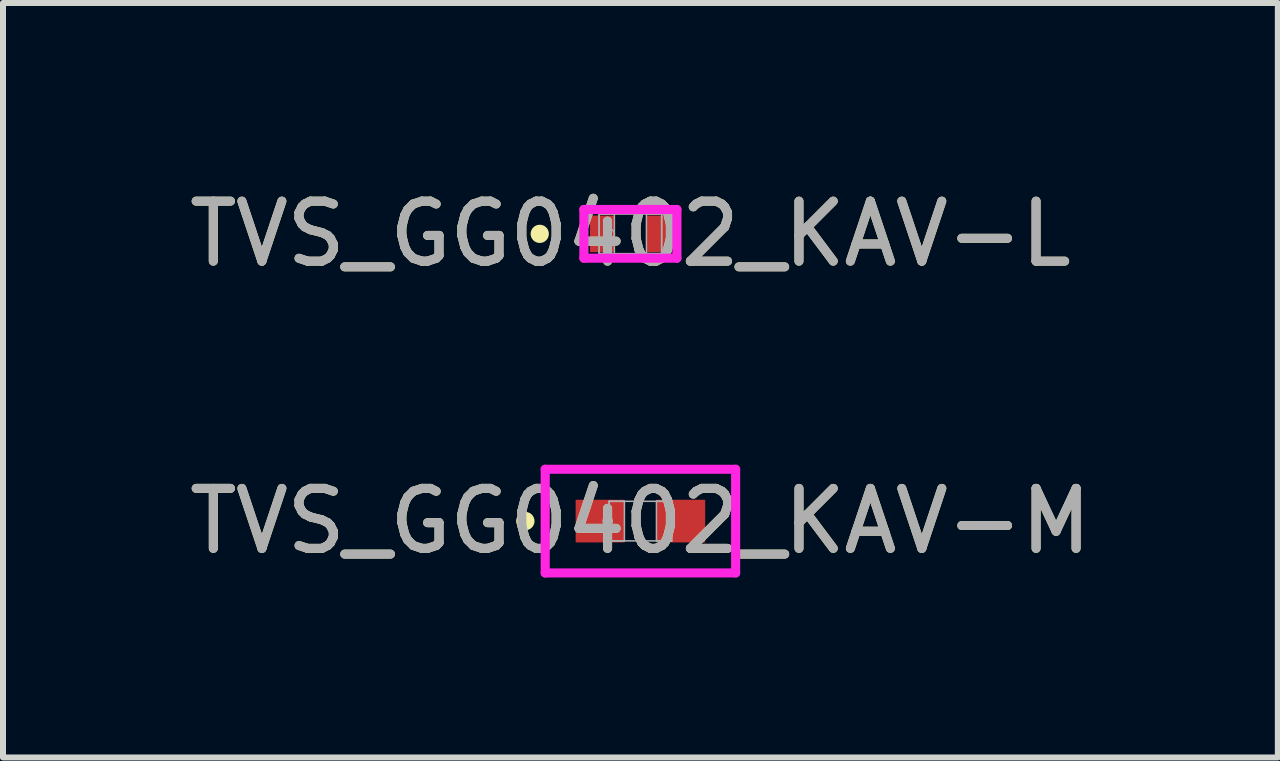
<source format=kicad_pcb>
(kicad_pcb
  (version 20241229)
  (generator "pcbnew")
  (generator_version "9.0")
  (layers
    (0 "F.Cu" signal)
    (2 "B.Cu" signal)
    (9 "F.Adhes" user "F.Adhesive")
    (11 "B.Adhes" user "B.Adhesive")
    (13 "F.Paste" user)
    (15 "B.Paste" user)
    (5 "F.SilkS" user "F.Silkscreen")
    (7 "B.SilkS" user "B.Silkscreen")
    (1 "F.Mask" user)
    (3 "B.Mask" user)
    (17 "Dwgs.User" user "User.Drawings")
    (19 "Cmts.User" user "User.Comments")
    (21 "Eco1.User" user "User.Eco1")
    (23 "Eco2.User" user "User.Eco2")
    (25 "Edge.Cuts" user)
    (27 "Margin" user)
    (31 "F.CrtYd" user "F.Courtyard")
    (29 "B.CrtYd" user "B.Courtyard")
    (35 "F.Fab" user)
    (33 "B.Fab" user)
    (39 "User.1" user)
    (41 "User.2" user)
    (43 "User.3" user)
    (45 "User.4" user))
  (footprint "TVS_GG0402_KAV-M"
    (layer "F.Cu")
    (at 7.625 5.636)
    (property "Reference" "TVS_GG0402_KAV-M" (at 0 0 0) (unlocked yes) (layer "F.SilkS") (effects (font (size 1 1) (thickness 0.15))))
    (attr smd)
    (fp_circle (center -1.918 0) (end -1.841 0) (stroke (width 0.152) (type solid)) (fill no) (layer "F.SilkS"))
    (fp_line (start -1.587 -0.864) (end 1.587 -0.864) (stroke (width 0.152) (type solid)) (layer "F.CrtYd"))
    (fp_line (start -1.587 0.864) (end -1.587 -0.864) (stroke (width 0.152) (type solid)) (layer "F.CrtYd"))
    (fp_line (start 1.587 -0.864) (end 1.587 0.864) (stroke (width 0.152) (type solid)) (layer "F.CrtYd"))
    (fp_line (start 1.587 0.864) (end -1.587 0.864) (stroke (width 0.152) (type solid)) (layer "F.CrtYd"))
    (fp_line (start -0.521 -0.33) (end -0.521 0.33) (stroke (width 0.025) (type solid)) (layer "F.Fab"))
    (fp_line (start -0.521 -0.33) (end -0.521 0.33) (stroke (width 0.025) (type solid)) (layer "F.Fab"))
    (fp_line (start -0.521 0.33) (end -0.267 0.33) (stroke (width 0.025) (type solid)) (layer "F.Fab"))
    (fp_line (start -0.521 0.33) (end 0.521 0.33) (stroke (width 0.025) (type solid)) (layer "F.Fab"))
    (fp_line (start -0.267 -0.33) (end -0.521 -0.33) (stroke (width 0.025) (type solid)) (layer "F.Fab"))
    (fp_line (start -0.267 0.33) (end -0.267 -0.33) (stroke (width 0.025) (type solid)) (layer "F.Fab"))
    (fp_line (start 0.267 -0.33) (end 0.267 0.33) (stroke (width 0.025) (type solid)) (layer "F.Fab"))
    (fp_line (start 0.267 0.33) (end 0.521 0.33) (stroke (width 0.025) (type solid)) (layer "F.Fab"))
    (fp_line (start 0.521 -0.33) (end -0.521 -0.33) (stroke (width 0.025) (type solid)) (layer "F.Fab"))
    (fp_line (start 0.521 -0.33) (end 0.267 -0.33) (stroke (width 0.025) (type solid)) (layer "F.Fab"))
    (fp_line (start 0.521 0.33) (end 0.521 -0.33) (stroke (width 0.025) (type solid)) (layer "F.Fab"))
    (fp_line (start 0.521 0.33) (end 0.521 -0.33) (stroke (width 0.025) (type solid)) (layer "F.Fab"))
    (fp_circle (center -0.546 0) (end -0.47 0) (stroke (width 0.025) (type solid)) (fill no) (layer "F.Fab"))
    (fp_text user "${REFERENCE}" (at 0 0 0) (unlocked yes) (layer "F.Fab") (effects (font (size 1 1) (thickness 0.15))))
    (pad "1" smd rect (at -0.673 0) (size 0.813 0.711) (layers "F.Cu" "F.Mask" "F.Paste"))
    (pad "2" smd rect (at 0.673 0) (size 0.813 0.711) (layers "F.Cu" "F.Mask" "F.Paste"))
    (zone (net_name "") (layer "F.Cu") (hatch full 0.508) (connect_pads) (min_thickness 0.254) (filled_areas_thickness no) (keepout (tracks not_allowed) (vias not_allowed) (pads allowed) (copperpour not_allowed) (footprints allowed)) (placement (enabled no)) (fill) (polygon (pts (xy 7.409 5.357) (xy 7.841 5.357) (xy 7.841 5.916) (xy 7.409 5.916)))))
  (footprint "TVS_GG0402_KAV-L"
    (layer "F.Cu")
    (at 7.458 0.848)
    (property "Reference" "TVS_GG0402_KAV-L" (at 0 0 0) (unlocked yes) (layer "F.SilkS") (effects (font (size 1 1) (thickness 0.15))))
    (attr smd)
    (fp_circle (center -1.511 0) (end -1.435 0) (stroke (width 0.152) (type solid)) (fill no) (layer "F.SilkS"))
    (fp_line (start -0.775 -0.406) (end 0.775 -0.406) (stroke (width 0.152) (type solid)) (layer "F.CrtYd"))
    (fp_line (start -0.775 0.406) (end -0.775 -0.406) (stroke (width 0.152) (type solid)) (layer "F.CrtYd"))
    (fp_line (start 0.775 -0.406) (end 0.775 0.406) (stroke (width 0.152) (type solid)) (layer "F.CrtYd"))
    (fp_line (start 0.775 0.406) (end -0.775 0.406) (stroke (width 0.152) (type solid)) (layer "F.CrtYd"))
    (fp_line (start -0.521 -0.33) (end -0.521 0.33) (stroke (width 0.025) (type solid)) (layer "F.Fab"))
    (fp_line (start -0.521 -0.33) (end -0.521 0.33) (stroke (width 0.025) (type solid)) (layer "F.Fab"))
    (fp_line (start -0.521 0.33) (end -0.267 0.33) (stroke (width 0.025) (type solid)) (layer "F.Fab"))
    (fp_line (start -0.521 0.33) (end 0.521 0.33) (stroke (width 0.025) (type solid)) (layer "F.Fab"))
    (fp_line (start -0.267 -0.33) (end -0.521 -0.33) (stroke (width 0.025) (type solid)) (layer "F.Fab"))
    (fp_line (start -0.267 0.33) (end -0.267 -0.33) (stroke (width 0.025) (type solid)) (layer "F.Fab"))
    (fp_line (start 0.267 -0.33) (end 0.267 0.33) (stroke (width 0.025) (type solid)) (layer "F.Fab"))
    (fp_line (start 0.267 0.33) (end 0.521 0.33) (stroke (width 0.025) (type solid)) (layer "F.Fab"))
    (fp_line (start 0.521 -0.33) (end -0.521 -0.33) (stroke (width 0.025) (type solid)) (layer "F.Fab"))
    (fp_line (start 0.521 -0.33) (end 0.267 -0.33) (stroke (width 0.025) (type solid)) (layer "F.Fab"))
    (fp_line (start 0.521 0.33) (end 0.521 -0.33) (stroke (width 0.025) (type solid)) (layer "F.Fab"))
    (fp_line (start 0.521 0.33) (end 0.521 -0.33) (stroke (width 0.025) (type solid)) (layer "F.Fab"))
    (fp_circle (center -0.343 0) (end -0.267 0) (stroke (width 0.025) (type solid)) (fill no) (layer "F.Fab"))
    (fp_text user "${REFERENCE}" (at 0 0 0) (unlocked yes) (layer "F.Fab") (effects (font (size 1 1) (thickness 0.15))))
    (pad "1" smd rect (at -0.47 0) (size 0.406 0.61) (layers "F.Cu" "F.Mask" "F.Paste"))
    (pad "2" smd rect (at 0.47 0) (size 0.406 0.61) (layers "F.Cu" "F.Mask" "F.Paste"))
    (zone (net_name "") (layer "F.Cu") (hatch full 0.508) (connect_pads) (min_thickness 0.254) (filled_areas_thickness no) (keepout (tracks not_allowed) (vias not_allowed) (pads allowed) (copperpour not_allowed) (footprints allowed)) (placement (enabled no)) (fill) (polygon (pts (xy 7.242 0.569) (xy 7.674 0.569) (xy 7.674 1.128) (xy 7.242 1.128)))))
  (gr_rect
    (start -3 -3)
    (end 18.25 9.576)
    (stroke (width 0.1) (type default))
    (fill no)
    (layer "Edge.Cuts")))
</source>
